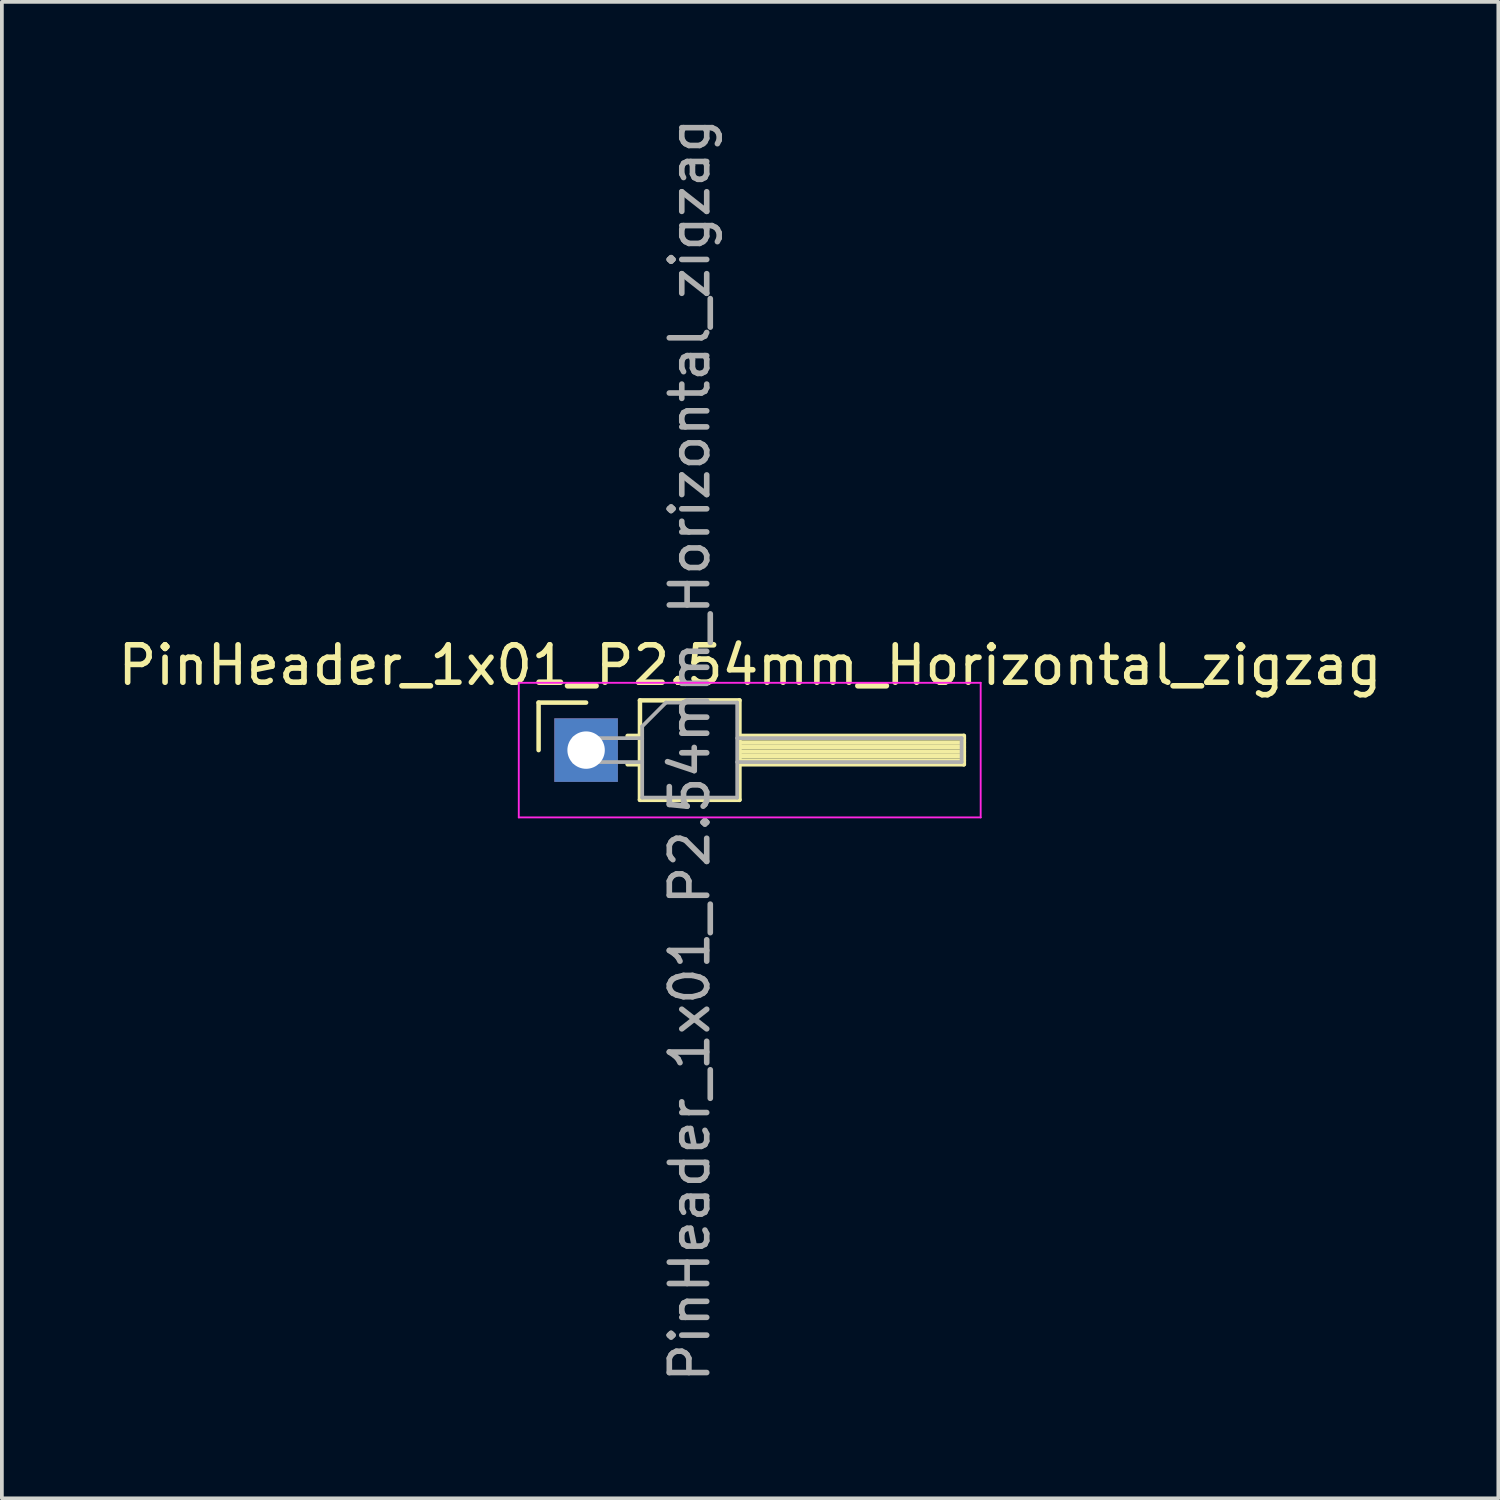
<source format=kicad_pcb>
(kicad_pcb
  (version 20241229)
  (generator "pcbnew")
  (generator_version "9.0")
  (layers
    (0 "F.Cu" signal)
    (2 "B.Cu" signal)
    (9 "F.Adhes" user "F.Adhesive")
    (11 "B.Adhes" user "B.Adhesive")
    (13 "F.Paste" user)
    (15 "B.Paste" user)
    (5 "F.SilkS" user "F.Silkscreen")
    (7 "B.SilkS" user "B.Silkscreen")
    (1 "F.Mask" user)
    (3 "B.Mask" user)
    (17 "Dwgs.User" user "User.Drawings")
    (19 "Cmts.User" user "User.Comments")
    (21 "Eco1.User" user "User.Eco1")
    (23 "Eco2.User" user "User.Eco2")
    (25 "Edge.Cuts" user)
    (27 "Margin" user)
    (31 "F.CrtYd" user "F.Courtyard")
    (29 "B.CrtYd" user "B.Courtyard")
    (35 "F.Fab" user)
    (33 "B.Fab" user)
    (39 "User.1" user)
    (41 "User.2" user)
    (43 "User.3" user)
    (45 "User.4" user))
  (footprint "PinHeader_1x01_P2.54mm_Horizontal_zigzag"
    (layer "F.Cu")
    (at 12.621 17.006)
    (property "Reference" "PinHeader_1x01_P2.54mm_Horizontal_zigzag" (at 4.385 -2.27 0) (layer "F.SilkS") (effects (font (size 1 1) (thickness 0.15))))
    (attr through_hole)
    (fp_line (start -1.27 -1.27) (end 0 -1.27) (stroke (width 0.12) (type solid)) (layer "F.SilkS"))
    (fp_line (start -1.27 0) (end -1.27 -1.27) (stroke (width 0.12) (type solid)) (layer "F.SilkS"))
    (fp_line (start 1.11 -0.38) (end 1.44 -0.38) (stroke (width 0.12) (type solid)) (layer "F.SilkS"))
    (fp_line (start 1.11 0.38) (end 1.44 0.38) (stroke (width 0.12) (type solid)) (layer "F.SilkS"))
    (fp_line (start 1.44 -1.33) (end 1.44 1.33) (stroke (width 0.12) (type solid)) (layer "F.SilkS"))
    (fp_line (start 1.44 1.33) (end 4.1 1.33) (stroke (width 0.12) (type solid)) (layer "F.SilkS"))
    (fp_line (start 4.1 -1.33) (end 1.44 -1.33) (stroke (width 0.12) (type solid)) (layer "F.SilkS"))
    (fp_line (start 4.1 -0.38) (end 10.1 -0.38) (stroke (width 0.12) (type solid)) (layer "F.SilkS"))
    (fp_line (start 4.1 -0.32) (end 10.1 -0.32) (stroke (width 0.12) (type solid)) (layer "F.SilkS"))
    (fp_line (start 4.1 -0.2) (end 10.1 -0.2) (stroke (width 0.12) (type solid)) (layer "F.SilkS"))
    (fp_line (start 4.1 -0.08) (end 10.1 -0.08) (stroke (width 0.12) (type solid)) (layer "F.SilkS"))
    (fp_line (start 4.1 0.04) (end 10.1 0.04) (stroke (width 0.12) (type solid)) (layer "F.SilkS"))
    (fp_line (start 4.1 0.16) (end 10.1 0.16) (stroke (width 0.12) (type solid)) (layer "F.SilkS"))
    (fp_line (start 4.1 0.28) (end 10.1 0.28) (stroke (width 0.12) (type solid)) (layer "F.SilkS"))
    (fp_line (start 4.1 1.33) (end 4.1 -1.33) (stroke (width 0.12) (type solid)) (layer "F.SilkS"))
    (fp_line (start 10.1 -0.38) (end 10.1 0.38) (stroke (width 0.12) (type solid)) (layer "F.SilkS"))
    (fp_line (start 10.1 0.38) (end 4.1 0.38) (stroke (width 0.12) (type solid)) (layer "F.SilkS"))
    (fp_line (start -1.8 -1.8) (end -1.8 1.8) (stroke (width 0.05) (type solid)) (layer "F.CrtYd"))
    (fp_line (start -1.8 1.8) (end 10.55 1.8) (stroke (width 0.05) (type solid)) (layer "F.CrtYd"))
    (fp_line (start 10.55 -1.8) (end -1.8 -1.8) (stroke (width 0.05) (type solid)) (layer "F.CrtYd"))
    (fp_line (start 10.55 1.8) (end 10.55 -1.8) (stroke (width 0.05) (type solid)) (layer "F.CrtYd"))
    (fp_line (start -0.32 -0.32) (end -0.32 0.32) (stroke (width 0.1) (type solid)) (layer "F.Fab"))
    (fp_line (start -0.32 -0.32) (end 1.5 -0.32) (stroke (width 0.1) (type solid)) (layer "F.Fab"))
    (fp_line (start -0.32 0.32) (end 1.5 0.32) (stroke (width 0.1) (type solid)) (layer "F.Fab"))
    (fp_line (start 1.5 -0.635) (end 2.135 -1.27) (stroke (width 0.1) (type solid)) (layer "F.Fab"))
    (fp_line (start 1.5 1.27) (end 1.5 -0.635) (stroke (width 0.1) (type solid)) (layer "F.Fab"))
    (fp_line (start 2.135 -1.27) (end 4.04 -1.27) (stroke (width 0.1) (type solid)) (layer "F.Fab"))
    (fp_line (start 4.04 -1.27) (end 4.04 1.27) (stroke (width 0.1) (type solid)) (layer "F.Fab"))
    (fp_line (start 4.04 -0.32) (end 10.04 -0.32) (stroke (width 0.1) (type solid)) (layer "F.Fab"))
    (fp_line (start 4.04 0.32) (end 10.04 0.32) (stroke (width 0.1) (type solid)) (layer "F.Fab"))
    (fp_line (start 4.04 1.27) (end 1.5 1.27) (stroke (width 0.1) (type solid)) (layer "F.Fab"))
    (fp_line (start 10.04 -0.32) (end 10.04 0.32) (stroke (width 0.1) (type solid)) (layer "F.Fab"))
    (fp_text user "${REFERENCE}" (at 2.77 0 90) (layer "F.Fab") (effects (font (size 1 1) (thickness 0.15))))
    (pad "1" thru_hole rect (at 0 0) (size 1.7 1.7) (drill 1) (layers "*.Cu" "*.Mask")))
  (gr_rect
    (start -3 -3)
    (end 37.012 37.012)
    (stroke (width 0.1) (type default))
    (fill no)
    (layer "Edge.Cuts")))
</source>
